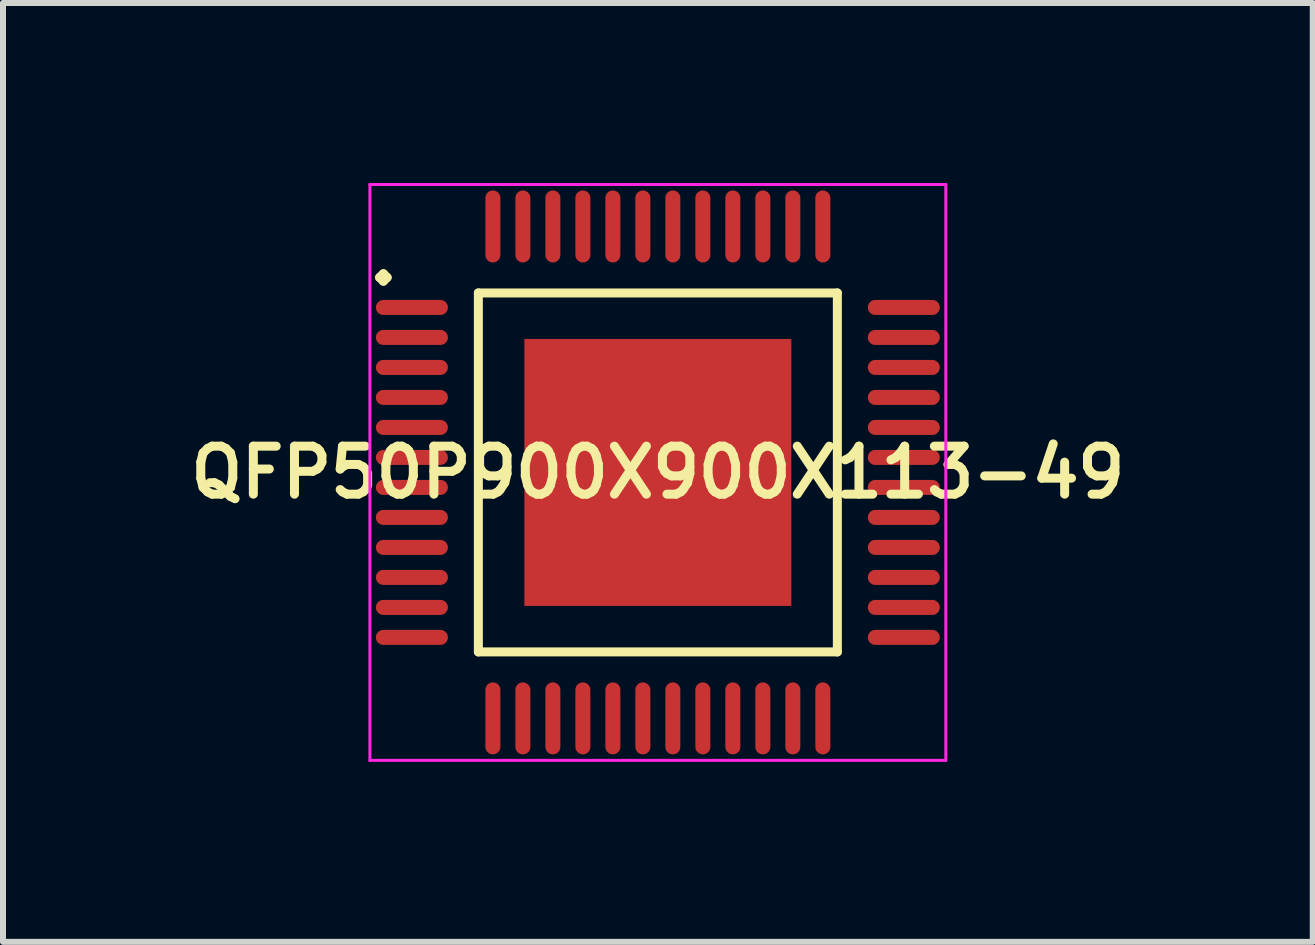
<source format=kicad_pcb>
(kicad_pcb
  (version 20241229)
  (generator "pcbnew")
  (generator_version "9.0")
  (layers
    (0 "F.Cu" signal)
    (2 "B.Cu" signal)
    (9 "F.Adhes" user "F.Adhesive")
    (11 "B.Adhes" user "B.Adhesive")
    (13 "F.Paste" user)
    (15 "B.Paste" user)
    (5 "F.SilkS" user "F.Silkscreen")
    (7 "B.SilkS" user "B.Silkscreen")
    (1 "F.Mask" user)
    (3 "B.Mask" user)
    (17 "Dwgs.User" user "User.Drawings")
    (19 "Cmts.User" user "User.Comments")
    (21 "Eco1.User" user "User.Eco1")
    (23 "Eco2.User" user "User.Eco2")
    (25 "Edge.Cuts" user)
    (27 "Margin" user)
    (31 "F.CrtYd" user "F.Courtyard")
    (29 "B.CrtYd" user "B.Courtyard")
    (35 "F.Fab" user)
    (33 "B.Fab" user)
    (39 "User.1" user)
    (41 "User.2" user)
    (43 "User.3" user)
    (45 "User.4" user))
  (footprint "QFP50P900X900X113-49"
    (layer "F.Cu")
    (at 7.916 4.825)
    (property "Reference" "QFP50P900X900X113-49" (at 0 0 0) (layer "F.SilkS") (effects (font (size 0.8 0.8) (thickness 0.15))))
    (attr smd)
    (fp_line (start -4.638 -3.25) (end -4.575 -3.312) (stroke (width 0.15) (type solid)) (layer "F.SilkS"))
    (fp_line (start -4.575 -3.312) (end -4.513 -3.25) (stroke (width 0.15) (type solid)) (layer "F.SilkS"))
    (fp_line (start -4.575 -3.188) (end -4.638 -3.25) (stroke (width 0.15) (type solid)) (layer "F.SilkS"))
    (fp_line (start -4.513 -3.25) (end -4.575 -3.188) (stroke (width 0.15) (type solid)) (layer "F.SilkS"))
    (fp_line (start -2.992 -2.992) (end -2.992 2.992) (stroke (width 0.15) (type solid)) (layer "F.SilkS"))
    (fp_line (start -2.992 2.992) (end 2.992 2.992) (stroke (width 0.15) (type solid)) (layer "F.SilkS"))
    (fp_line (start 2.992 -2.992) (end -2.992 -2.992) (stroke (width 0.15) (type solid)) (layer "F.SilkS"))
    (fp_line (start 2.992 2.992) (end 2.992 -2.992) (stroke (width 0.15) (type solid)) (layer "F.SilkS"))
    (fp_line (start -4.8 -4.8) (end 4.8 -4.8) (stroke (width 0.05) (type solid)) (layer "F.CrtYd"))
    (fp_line (start -4.8 4.8) (end -4.8 -4.8) (stroke (width 0.05) (type solid)) (layer "F.CrtYd"))
    (fp_line (start 4.8 -4.8) (end 4.8 4.8) (stroke (width 0.05) (type solid)) (layer "F.CrtYd"))
    (fp_line (start 4.8 4.8) (end -4.8 4.8) (stroke (width 0.05) (type solid)) (layer "F.CrtYd"))
    (pad "1" smd oval (at -4.1 -2.75) (size 1.2 0.25) (layers "F.Cu" "F.Mask" "F.Paste"))
    (pad "2" smd oval (at -4.1 -2.25) (size 1.2 0.25) (layers "F.Cu" "F.Mask" "F.Paste"))
    (pad "3" smd oval (at -4.1 -1.75) (size 1.2 0.25) (layers "F.Cu" "F.Mask" "F.Paste"))
    (pad "4" smd oval (at -4.1 -1.25) (size 1.2 0.25) (layers "F.Cu" "F.Mask" "F.Paste"))
    (pad "5" smd oval (at -4.1 -0.75) (size 1.2 0.25) (layers "F.Cu" "F.Mask" "F.Paste"))
    (pad "6" smd oval (at -4.1 -0.25) (size 1.2 0.25) (layers "F.Cu" "F.Mask" "F.Paste"))
    (pad "7" smd oval (at -4.1 0.25) (size 1.2 0.25) (layers "F.Cu" "F.Mask" "F.Paste"))
    (pad "8" smd oval (at -4.1 0.75) (size 1.2 0.25) (layers "F.Cu" "F.Mask" "F.Paste"))
    (pad "9" smd oval (at -4.1 1.25) (size 1.2 0.25) (layers "F.Cu" "F.Mask" "F.Paste"))
    (pad "10" smd oval (at -4.1 1.75) (size 1.2 0.25) (layers "F.Cu" "F.Mask" "F.Paste"))
    (pad "11" smd oval (at -4.1 2.25) (size 1.2 0.25) (layers "F.Cu" "F.Mask" "F.Paste"))
    (pad "12" smd oval (at -4.1 2.75) (size 1.2 0.25) (layers "F.Cu" "F.Mask" "F.Paste"))
    (pad "13" smd oval (at -2.75 4.1) (size 0.25 1.2) (layers "F.Cu" "F.Mask" "F.Paste"))
    (pad "14" smd oval (at -2.25 4.1) (size 0.25 1.2) (layers "F.Cu" "F.Mask" "F.Paste"))
    (pad "15" smd oval (at -1.75 4.1) (size 0.25 1.2) (layers "F.Cu" "F.Mask" "F.Paste"))
    (pad "16" smd oval (at -1.25 4.1) (size 0.25 1.2) (layers "F.Cu" "F.Mask" "F.Paste"))
    (pad "17" smd oval (at -0.75 4.1) (size 0.25 1.2) (layers "F.Cu" "F.Mask" "F.Paste"))
    (pad "18" smd oval (at -0.25 4.1) (size 0.25 1.2) (layers "F.Cu" "F.Mask" "F.Paste"))
    (pad "19" smd oval (at 0.25 4.1) (size 0.25 1.2) (layers "F.Cu" "F.Mask" "F.Paste"))
    (pad "20" smd oval (at 0.75 4.1) (size 0.25 1.2) (layers "F.Cu" "F.Mask" "F.Paste"))
    (pad "21" smd oval (at 1.25 4.1) (size 0.25 1.2) (layers "F.Cu" "F.Mask" "F.Paste"))
    (pad "22" smd oval (at 1.75 4.1) (size 0.25 1.2) (layers "F.Cu" "F.Mask" "F.Paste"))
    (pad "23" smd oval (at 2.25 4.1) (size 0.25 1.2) (layers "F.Cu" "F.Mask" "F.Paste"))
    (pad "24" smd oval (at 2.75 4.1) (size 0.25 1.2) (layers "F.Cu" "F.Mask" "F.Paste"))
    (pad "25" smd oval (at 4.1 2.75) (size 1.2 0.25) (layers "F.Cu" "F.Mask" "F.Paste"))
    (pad "26" smd oval (at 4.1 2.25) (size 1.2 0.25) (layers "F.Cu" "F.Mask" "F.Paste"))
    (pad "27" smd oval (at 4.1 1.75) (size 1.2 0.25) (layers "F.Cu" "F.Mask" "F.Paste"))
    (pad "28" smd oval (at 4.1 1.25) (size 1.2 0.25) (layers "F.Cu" "F.Mask" "F.Paste"))
    (pad "29" smd oval (at 4.1 0.75) (size 1.2 0.25) (layers "F.Cu" "F.Mask" "F.Paste"))
    (pad "30" smd oval (at 4.1 0.25) (size 1.2 0.25) (layers "F.Cu" "F.Mask" "F.Paste"))
    (pad "31" smd oval (at 4.1 -0.25) (size 1.2 0.25) (layers "F.Cu" "F.Mask" "F.Paste"))
    (pad "32" smd oval (at 4.1 -0.75) (size 1.2 0.25) (layers "F.Cu" "F.Mask" "F.Paste"))
    (pad "33" smd oval (at 4.1 -1.25) (size 1.2 0.25) (layers "F.Cu" "F.Mask" "F.Paste"))
    (pad "34" smd oval (at 4.1 -1.75) (size 1.2 0.25) (layers "F.Cu" "F.Mask" "F.Paste"))
    (pad "35" smd oval (at 4.1 -2.25) (size 1.2 0.25) (layers "F.Cu" "F.Mask" "F.Paste"))
    (pad "36" smd oval (at 4.1 -2.75) (size 1.2 0.25) (layers "F.Cu" "F.Mask" "F.Paste"))
    (pad "37" smd oval (at 2.75 -4.1) (size 0.25 1.2) (layers "F.Cu" "F.Mask" "F.Paste"))
    (pad "38" smd oval (at 2.25 -4.1) (size 0.25 1.2) (layers "F.Cu" "F.Mask" "F.Paste"))
    (pad "39" smd oval (at 1.75 -4.1) (size 0.25 1.2) (layers "F.Cu" "F.Mask" "F.Paste"))
    (pad "40" smd oval (at 1.25 -4.1) (size 0.25 1.2) (layers "F.Cu" "F.Mask" "F.Paste"))
    (pad "41" smd oval (at 0.75 -4.1) (size 0.25 1.2) (layers "F.Cu" "F.Mask" "F.Paste"))
    (pad "42" smd oval (at 0.25 -4.1) (size 0.25 1.2) (layers "F.Cu" "F.Mask" "F.Paste"))
    (pad "43" smd oval (at -0.25 -4.1) (size 0.25 1.2) (layers "F.Cu" "F.Mask" "F.Paste"))
    (pad "44" smd oval (at -0.75 -4.1) (size 0.25 1.2) (layers "F.Cu" "F.Mask" "F.Paste"))
    (pad "45" smd oval (at -1.25 -4.1) (size 0.25 1.2) (layers "F.Cu" "F.Mask" "F.Paste"))
    (pad "46" smd oval (at -1.75 -4.1) (size 0.25 1.2) (layers "F.Cu" "F.Mask" "F.Paste"))
    (pad "47" smd oval (at -2.25 -4.1) (size 0.25 1.2) (layers "F.Cu" "F.Mask" "F.Paste"))
    (pad "48" smd oval (at -2.75 -4.1) (size 0.25 1.2) (layers "F.Cu" "F.Mask" "F.Paste"))
    (pad "49" smd rect (at 0 0) (size 4.45 4.45) (layers "F.Cu" "F.Mask" "F.Paste")))
  (gr_rect
    (start -3 -3)
    (end 18.833 12.65)
    (stroke (width 0.1) (type default))
    (fill no)
    (layer "Edge.Cuts")))
</source>
